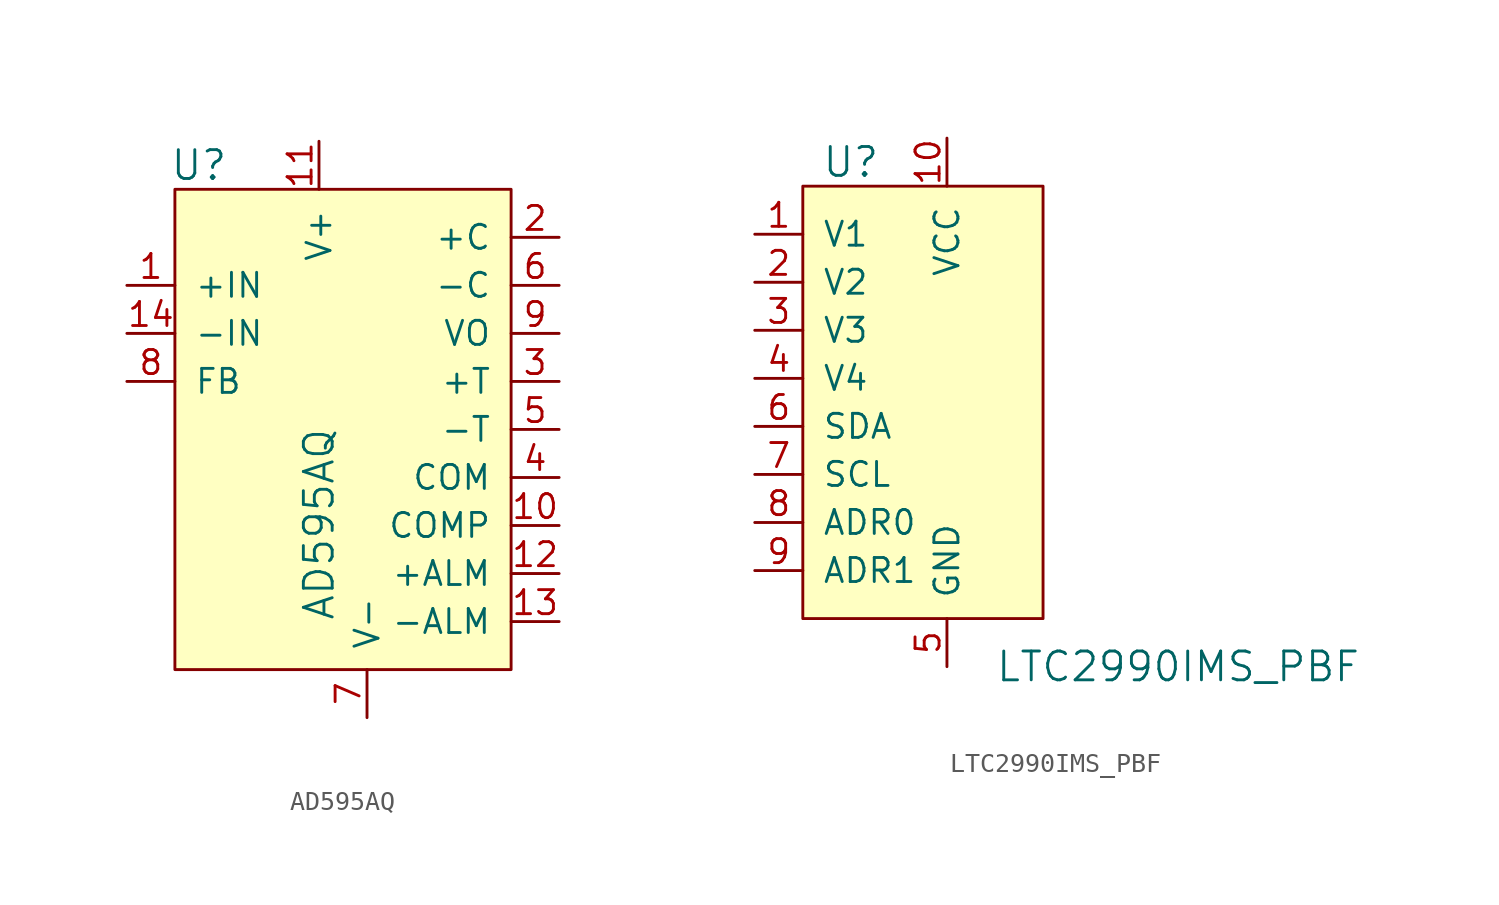
<source format=kicad_sym>
(kicad_symbol_lib
  (version 20211014)
  (generator kicad_symbol_editor)
  (symbol "AD595AQ"
    (pin_names
      (offset 1.016))
    (property "Reference" "U"
      (at -8.89 8.89 0)
      (effects (font (size 1.524 1.524))))
    (property "Value" "AD595AQ"
      (at -2.54 -15.24 90)
      (effects (font (size 1.524 1.524)) (justify left)))
    (symbol "AD595AQ_0_1"
      (rectangle (start -10.16 7.62) (end 7.62 -17.78) (stroke (width 0) (type default) (color 0 0 0 0)) (fill (type background))))
    (symbol "AD595AQ_1_1"
      (pin input line (at -12.7 2.54 0) (length 2.54) (name "+IN" (effects (font (size 1.27 1.27)))) (number "1" (effects (font (size 1.27 1.27)))))
      (pin passive line (at 10.16 -10.16 180) (length 2.54) (name "COMP" (effects (font (size 1.27 1.27)))) (number "10" (effects (font (size 1.27 1.27)))))
      (pin power_in line (at -2.54 10.16 270) (length 2.54) (name "V+" (effects (font (size 1.27 1.27)))) (number "11" (effects (font (size 1.27 1.27)))))
      (pin passive line (at 10.16 -12.7 180) (length 2.54) (name "+ALM" (effects (font (size 1.27 1.27)))) (number "12" (effects (font (size 1.27 1.27)))))
      (pin passive line (at 10.16 -15.24 180) (length 2.54) (name "-ALM" (effects (font (size 1.27 1.27)))) (number "13" (effects (font (size 1.27 1.27)))))
      (pin input line (at -12.7 0 0) (length 2.54) (name "-IN" (effects (font (size 1.27 1.27)))) (number "14" (effects (font (size 1.27 1.27)))))
      (pin output line (at 10.16 5.08 180) (length 2.54) (name "+C" (effects (font (size 1.27 1.27)))) (number "2" (effects (font (size 1.27 1.27)))))
      (pin passive line (at 10.16 -2.54 180) (length 2.54) (name "+T" (effects (font (size 1.27 1.27)))) (number "3" (effects (font (size 1.27 1.27)))))
      (pin passive line (at 10.16 -7.62 180) (length 2.54) (name "COM" (effects (font (size 1.27 1.27)))) (number "4" (effects (font (size 1.27 1.27)))))
      (pin passive line (at 10.16 -5.08 180) (length 2.54) (name "-T" (effects (font (size 1.27 1.27)))) (number "5" (effects (font (size 1.27 1.27)))))
      (pin output line (at 10.16 2.54 180) (length 2.54) (name "-C" (effects (font (size 1.27 1.27)))) (number "6" (effects (font (size 1.27 1.27)))))
      (pin power_in line (at 0 -20.32 90) (length 2.54) (name "V-" (effects (font (size 1.27 1.27)))) (number "7" (effects (font (size 1.27 1.27)))))
      (pin passive line (at -12.7 -2.54 0) (length 2.54) (name "FB" (effects (font (size 1.27 1.27)))) (number "8" (effects (font (size 1.27 1.27)))))
      (pin output line (at 10.16 0 180) (length 2.54) (name "VO" (effects (font (size 1.27 1.27)))) (number "9" (effects (font (size 1.27 1.27)))))))
  (symbol "LTC2990IMS_PBF"
    (pin_names
      (offset 1.016))
    (property "Reference" "U"
      (at -5.08 6.35 0)
      (effects (font (size 1.524 1.524))))
    (property "Value" "LTC2990IMS_PBF"
      (at 2.54 -20.32 0)
      (effects (font (size 1.524 1.524)) (justify left)))
    (symbol "LTC2990IMS_PBF_0_1"
      (rectangle (start -7.62 5.08) (end 5.08 -17.78) (stroke (width 0) (type default) (color 0 0 0 0)) (fill (type background))))
    (symbol "LTC2990IMS_PBF_1_1"
      (pin input line (at -10.16 2.54 0) (length 2.54) (name "V1" (effects (font (size 1.27 1.27)))) (number "1" (effects (font (size 1.27 1.27)))))
      (pin power_in line (at 0 7.62 270) (length 2.54) (name "VCC" (effects (font (size 1.27 1.27)))) (number "10" (effects (font (size 1.27 1.27)))))
      (pin input line (at -10.16 0 0) (length 2.54) (name "V2" (effects (font (size 1.27 1.27)))) (number "2" (effects (font (size 1.27 1.27)))))
      (pin input line (at -10.16 -2.54 0) (length 2.54) (name "V3" (effects (font (size 1.27 1.27)))) (number "3" (effects (font (size 1.27 1.27)))))
      (pin input line (at -10.16 -5.08 0) (length 2.54) (name "V4" (effects (font (size 1.27 1.27)))) (number "4" (effects (font (size 1.27 1.27)))))
      (pin power_in line (at 0 -20.32 90) (length 2.54) (name "GND" (effects (font (size 1.27 1.27)))) (number "5" (effects (font (size 1.27 1.27)))))
      (pin bidirectional line (at -10.16 -7.62 0) (length 2.54) (name "SDA" (effects (font (size 1.27 1.27)))) (number "6" (effects (font (size 1.27 1.27)))))
      (pin input line (at -10.16 -10.16 0) (length 2.54) (name "SCL" (effects (font (size 1.27 1.27)))) (number "7" (effects (font (size 1.27 1.27)))))
      (pin input line (at -10.16 -12.7 0) (length 2.54) (name "ADR0" (effects (font (size 1.27 1.27)))) (number "8" (effects (font (size 1.27 1.27)))))
      (pin input line (at -10.16 -15.24 0) (length 2.54) (name "ADR1" (effects (font (size 1.27 1.27)))) (number "9" (effects (font (size 1.27 1.27))))))))
</source>
